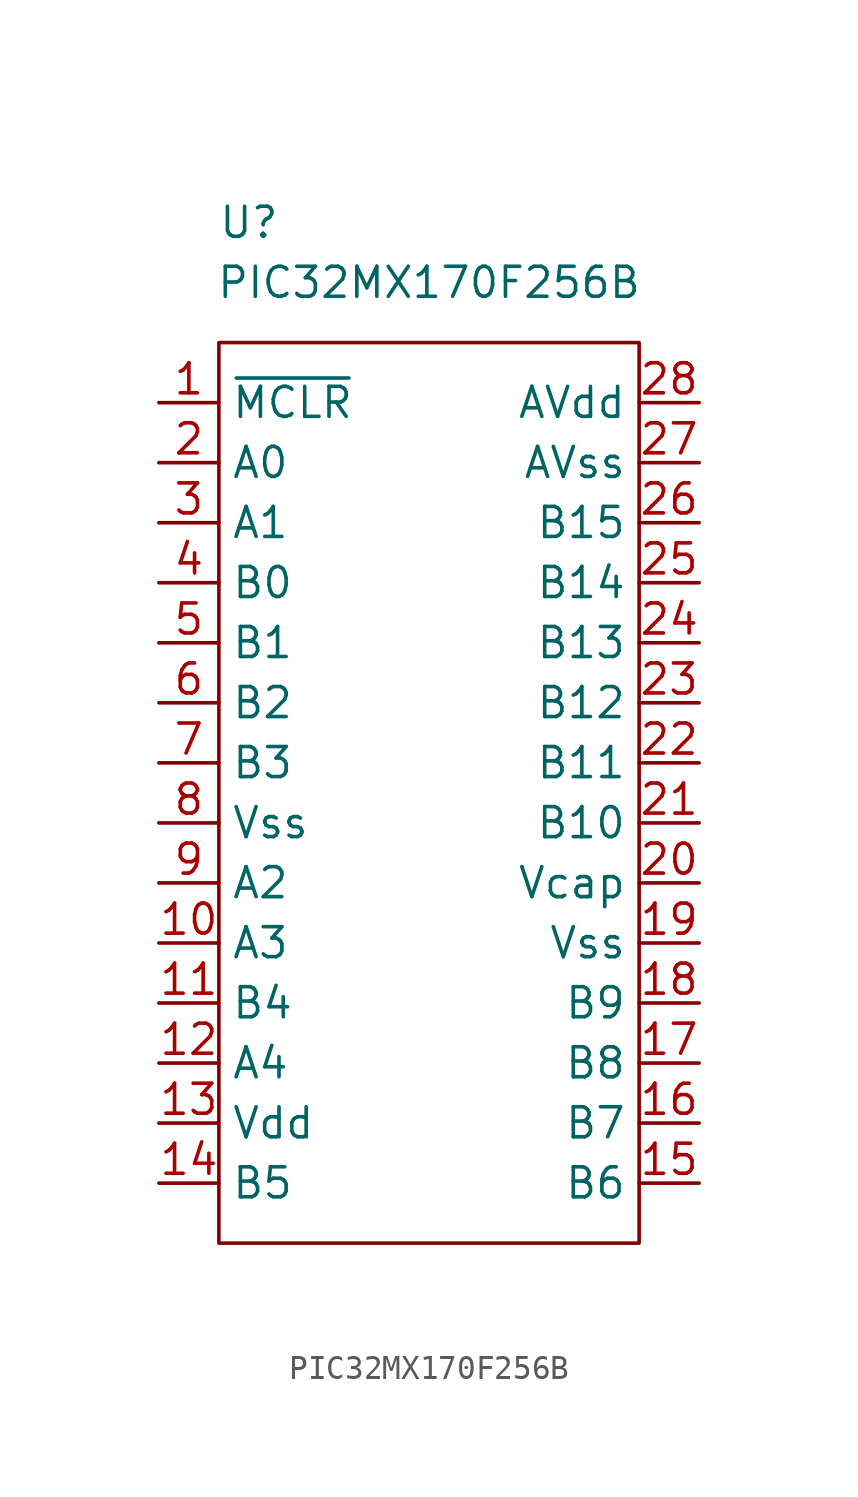
<source format=kicad_sym>
(kicad_symbol_lib
  (version 20211014)
  (generator kicad_symbol_editor)
  (symbol "PIC32MX170F256B"
    (property "Reference" "U"
      (at -7.62 3.81 0)
      (effects (font (size 1.27 1.27))))
    (property "Value" "PIC32MX170F256B"
      (at 0 1.27 0)
      (effects (font (size 1.27 1.27))))
    (symbol "PIC32MX170F256B_0_1"
      (rectangle (start -8.89 -1.27) (end 8.89 -39.37) (stroke (width 0) (type default) (color 0 0 0 0)) (fill (type none))))
    (symbol "PIC32MX170F256B_1_1"
      (pin input line (at -11.43 -3.81 0) (length 2.54) (name "~{MCLR}" (effects (font (size 1.27 1.27)))) (number "1" (effects (font (size 1.27 1.27)))))
      (pin bidirectional line (at -11.43 -26.67 0) (length 2.54) (name "A3" (effects (font (size 1.27 1.27)))) (number "10" (effects (font (size 1.27 1.27)))))
      (pin bidirectional line (at -11.43 -29.21 0) (length 2.54) (name "B4" (effects (font (size 1.27 1.27)))) (number "11" (effects (font (size 1.27 1.27)))))
      (pin bidirectional line (at -11.43 -31.75 0) (length 2.54) (name "A4" (effects (font (size 1.27 1.27)))) (number "12" (effects (font (size 1.27 1.27)))))
      (pin power_out line (at -11.43 -34.29 0) (length 2.54) (name "Vdd" (effects (font (size 1.27 1.27)))) (number "13" (effects (font (size 1.27 1.27)))))
      (pin bidirectional line (at -11.43 -36.83 0) (length 2.54) (name "B5" (effects (font (size 1.27 1.27)))) (number "14" (effects (font (size 1.27 1.27)))))
      (pin bidirectional line (at 11.43 -36.83 180) (length 2.54) (name "B6" (effects (font (size 1.27 1.27)))) (number "15" (effects (font (size 1.27 1.27)))))
      (pin bidirectional line (at 11.43 -34.29 180) (length 2.54) (name "B7" (effects (font (size 1.27 1.27)))) (number "16" (effects (font (size 1.27 1.27)))))
      (pin bidirectional line (at 11.43 -31.75 180) (length 2.54) (name "B8" (effects (font (size 1.27 1.27)))) (number "17" (effects (font (size 1.27 1.27)))))
      (pin bidirectional line (at 11.43 -29.21 180) (length 2.54) (name "B9" (effects (font (size 1.27 1.27)))) (number "18" (effects (font (size 1.27 1.27)))))
      (pin power_in line (at 11.43 -26.67 180) (length 2.54) (name "Vss" (effects (font (size 1.27 1.27)))) (number "19" (effects (font (size 1.27 1.27)))))
      (pin bidirectional line (at -11.43 -6.35 0) (length 2.54) (name "A0" (effects (font (size 1.27 1.27)))) (number "2" (effects (font (size 1.27 1.27)))))
      (pin power_out line (at 11.43 -24.13 180) (length 2.54) (name "Vcap" (effects (font (size 1.27 1.27)))) (number "20" (effects (font (size 1.27 1.27)))))
      (pin bidirectional line (at 11.43 -21.59 180) (length 2.54) (name "B10" (effects (font (size 1.27 1.27)))) (number "21" (effects (font (size 1.27 1.27)))))
      (pin bidirectional line (at 11.43 -19.05 180) (length 2.54) (name "B11" (effects (font (size 1.27 1.27)))) (number "22" (effects (font (size 1.27 1.27)))))
      (pin bidirectional line (at 11.43 -16.51 180) (length 2.54) (name "B12" (effects (font (size 1.27 1.27)))) (number "23" (effects (font (size 1.27 1.27)))))
      (pin bidirectional line (at 11.43 -13.97 180) (length 2.54) (name "B13" (effects (font (size 1.27 1.27)))) (number "24" (effects (font (size 1.27 1.27)))))
      (pin bidirectional line (at 11.43 -11.43 180) (length 2.54) (name "B14" (effects (font (size 1.27 1.27)))) (number "25" (effects (font (size 1.27 1.27)))))
      (pin bidirectional line (at 11.43 -8.89 180) (length 2.54) (name "B15" (effects (font (size 1.27 1.27)))) (number "26" (effects (font (size 1.27 1.27)))))
      (pin power_in line (at 11.43 -6.35 180) (length 2.54) (name "AVss" (effects (font (size 1.27 1.27)))) (number "27" (effects (font (size 1.27 1.27)))))
      (pin power_out line (at 11.43 -3.81 180) (length 2.54) (name "AVdd" (effects (font (size 1.27 1.27)))) (number "28" (effects (font (size 1.27 1.27)))))
      (pin bidirectional line (at -11.43 -8.89 0) (length 2.54) (name "A1" (effects (font (size 1.27 1.27)))) (number "3" (effects (font (size 1.27 1.27)))))
      (pin bidirectional line (at -11.43 -11.43 0) (length 2.54) (name "B0" (effects (font (size 1.27 1.27)))) (number "4" (effects (font (size 1.27 1.27)))))
      (pin bidirectional line (at -11.43 -13.97 0) (length 2.54) (name "B1" (effects (font (size 1.27 1.27)))) (number "5" (effects (font (size 1.27 1.27)))))
      (pin bidirectional line (at -11.43 -16.51 0) (length 2.54) (name "B2" (effects (font (size 1.27 1.27)))) (number "6" (effects (font (size 1.27 1.27)))))
      (pin bidirectional line (at -11.43 -19.05 0) (length 2.54) (name "B3" (effects (font (size 1.27 1.27)))) (number "7" (effects (font (size 1.27 1.27)))))
      (pin power_in line (at -11.43 -21.59 0) (length 2.54) (name "Vss" (effects (font (size 1.27 1.27)))) (number "8" (effects (font (size 1.27 1.27)))))
      (pin bidirectional line (at -11.43 -24.13 0) (length 2.54) (name "A2" (effects (font (size 1.27 1.27)))) (number "9" (effects (font (size 1.27 1.27))))))))
</source>
